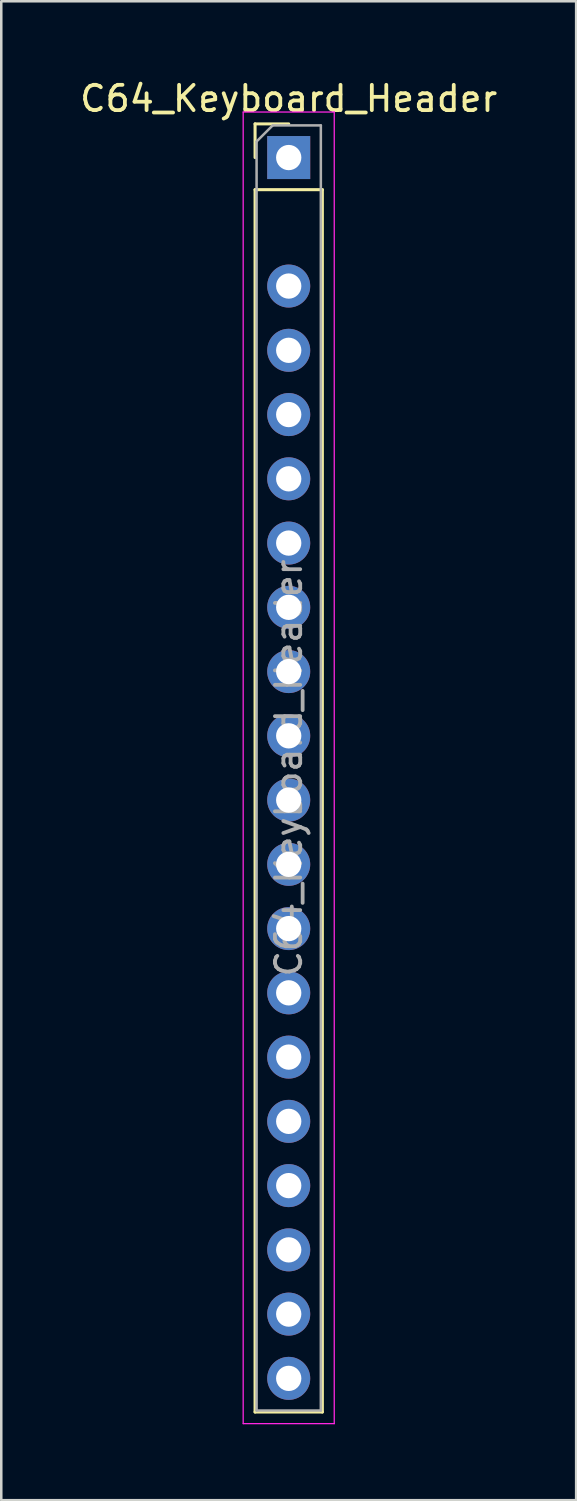
<source format=kicad_pcb>
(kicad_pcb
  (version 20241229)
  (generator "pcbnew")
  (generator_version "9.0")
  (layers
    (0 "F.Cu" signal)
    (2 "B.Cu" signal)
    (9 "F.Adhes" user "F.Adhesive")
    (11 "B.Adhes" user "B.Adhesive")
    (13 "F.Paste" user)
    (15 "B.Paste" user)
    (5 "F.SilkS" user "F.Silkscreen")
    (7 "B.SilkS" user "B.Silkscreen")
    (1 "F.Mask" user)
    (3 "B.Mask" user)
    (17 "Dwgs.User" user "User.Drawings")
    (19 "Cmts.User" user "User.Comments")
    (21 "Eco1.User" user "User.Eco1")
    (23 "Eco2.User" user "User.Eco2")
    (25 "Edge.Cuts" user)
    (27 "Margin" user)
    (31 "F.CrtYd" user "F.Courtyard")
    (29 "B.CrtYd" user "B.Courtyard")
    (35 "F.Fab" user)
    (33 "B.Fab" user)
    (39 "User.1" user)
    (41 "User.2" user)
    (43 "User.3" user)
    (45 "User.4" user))
  (footprint "C64_Keyboard_Header"
    (layer "F.Cu")
    (at 8.363 3.178)
    (property "Reference" "C64_Keyboard_Header" (at 0 -2.33 0) (layer "F.SilkS") (effects (font (size 1 1) (thickness 0.15))))
    (attr through_hole)
    (fp_line (start -1.33 -1.33) (end 0 -1.33) (stroke (width 0.12) (type solid)) (layer "F.SilkS"))
    (fp_line (start -1.33 0) (end -1.33 -1.33) (stroke (width 0.12) (type solid)) (layer "F.SilkS"))
    (fp_line (start -1.33 1.27) (end -1.33 49.59) (stroke (width 0.12) (type solid)) (layer "F.SilkS"))
    (fp_line (start -1.33 1.27) (end 1.33 1.27) (stroke (width 0.12) (type solid)) (layer "F.SilkS"))
    (fp_line (start -1.33 49.59) (end 1.33 49.59) (stroke (width 0.12) (type solid)) (layer "F.SilkS"))
    (fp_line (start 1.33 1.27) (end 1.33 49.59) (stroke (width 0.12) (type solid)) (layer "F.SilkS"))
    (fp_line (start -1.8 -1.8) (end -1.8 50.05) (stroke (width 0.05) (type solid)) (layer "F.CrtYd"))
    (fp_line (start -1.8 50.05) (end 1.8 50.05) (stroke (width 0.05) (type solid)) (layer "F.CrtYd"))
    (fp_line (start 1.8 -1.8) (end -1.8 -1.8) (stroke (width 0.05) (type solid)) (layer "F.CrtYd"))
    (fp_line (start 1.8 50.05) (end 1.8 -1.8) (stroke (width 0.05) (type solid)) (layer "F.CrtYd"))
    (fp_line (start -1.27 -0.635) (end -0.635 -1.27) (stroke (width 0.1) (type solid)) (layer "F.Fab"))
    (fp_line (start -1.27 49.53) (end -1.27 -0.635) (stroke (width 0.1) (type solid)) (layer "F.Fab"))
    (fp_line (start -0.635 -1.27) (end 1.27 -1.27) (stroke (width 0.1) (type solid)) (layer "F.Fab"))
    (fp_line (start 1.27 -1.27) (end 1.27 49.53) (stroke (width 0.1) (type solid)) (layer "F.Fab"))
    (fp_line (start 1.27 49.53) (end -1.27 49.53) (stroke (width 0.1) (type solid)) (layer "F.Fab"))
    (fp_text user "${REFERENCE}" (at 0 24.13 90) (layer "F.Fab") (effects (font (size 1 1) (thickness 0.15))))
    (pad "1" thru_hole rect (at 0 0) (size 1.7 1.7) (drill 1) (layers "*.Cu" "*.Mask"))
    (pad "3" thru_hole oval (at 0 5.08) (size 1.7 1.7) (drill 1) (layers "*.Cu" "*.Mask"))
    (pad "4" thru_hole oval (at 0 7.62) (size 1.7 1.7) (drill 1) (layers "*.Cu" "*.Mask"))
    (pad "5" thru_hole oval (at 0 10.16) (size 1.7 1.7) (drill 1) (layers "*.Cu" "*.Mask"))
    (pad "6" thru_hole oval (at 0 12.7) (size 1.7 1.7) (drill 1) (layers "*.Cu" "*.Mask"))
    (pad "7" thru_hole oval (at 0 15.24) (size 1.7 1.7) (drill 1) (layers "*.Cu" "*.Mask"))
    (pad "8" thru_hole oval (at 0 17.78) (size 1.7 1.7) (drill 1) (layers "*.Cu" "*.Mask"))
    (pad "9" thru_hole oval (at 0 20.32) (size 1.7 1.7) (drill 1) (layers "*.Cu" "*.Mask"))
    (pad "10" thru_hole oval (at 0 22.86) (size 1.7 1.7) (drill 1) (layers "*.Cu" "*.Mask"))
    (pad "11" thru_hole oval (at 0 25.4) (size 1.7 1.7) (drill 1) (layers "*.Cu" "*.Mask"))
    (pad "12" thru_hole oval (at 0 27.94) (size 1.7 1.7) (drill 1) (layers "*.Cu" "*.Mask"))
    (pad "13" thru_hole oval (at 0 30.48) (size 1.7 1.7) (drill 1) (layers "*.Cu" "*.Mask"))
    (pad "14" thru_hole oval (at 0 33.02) (size 1.7 1.7) (drill 1) (layers "*.Cu" "*.Mask"))
    (pad "15" thru_hole oval (at 0 35.56) (size 1.7 1.7) (drill 1) (layers "*.Cu" "*.Mask"))
    (pad "16" thru_hole oval (at 0 38.1) (size 1.7 1.7) (drill 1) (layers "*.Cu" "*.Mask"))
    (pad "17" thru_hole oval (at 0 40.64) (size 1.7 1.7) (drill 1) (layers "*.Cu" "*.Mask"))
    (pad "18" thru_hole oval (at 0 43.18) (size 1.7 1.7) (drill 1) (layers "*.Cu" "*.Mask"))
    (pad "19" thru_hole oval (at 0 45.72) (size 1.7 1.7) (drill 1) (layers "*.Cu" "*.Mask"))
    (pad "20" thru_hole oval (at 0 48.26) (size 1.7 1.7) (drill 1) (layers "*.Cu" "*.Mask")))
  (gr_rect
    (start -3 -3)
    (end 19.726 56.253)
    (stroke (width 0.1) (type default))
    (fill no)
    (layer "Edge.Cuts")))
</source>
